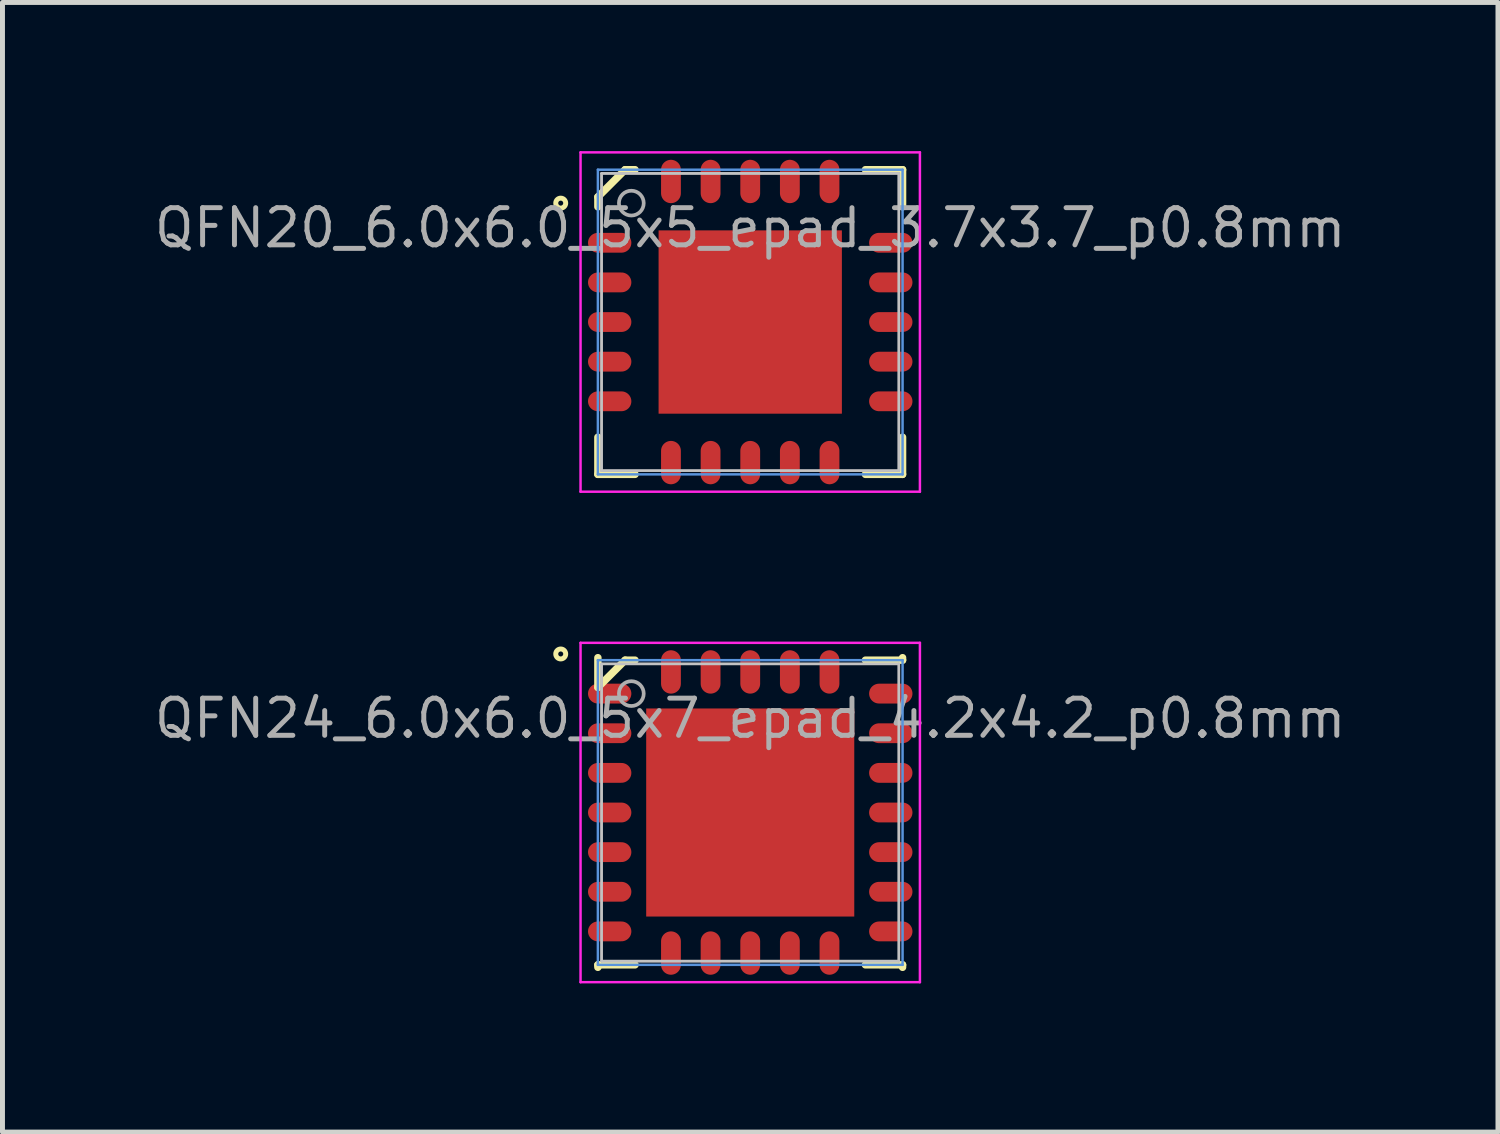
<source format=kicad_pcb>
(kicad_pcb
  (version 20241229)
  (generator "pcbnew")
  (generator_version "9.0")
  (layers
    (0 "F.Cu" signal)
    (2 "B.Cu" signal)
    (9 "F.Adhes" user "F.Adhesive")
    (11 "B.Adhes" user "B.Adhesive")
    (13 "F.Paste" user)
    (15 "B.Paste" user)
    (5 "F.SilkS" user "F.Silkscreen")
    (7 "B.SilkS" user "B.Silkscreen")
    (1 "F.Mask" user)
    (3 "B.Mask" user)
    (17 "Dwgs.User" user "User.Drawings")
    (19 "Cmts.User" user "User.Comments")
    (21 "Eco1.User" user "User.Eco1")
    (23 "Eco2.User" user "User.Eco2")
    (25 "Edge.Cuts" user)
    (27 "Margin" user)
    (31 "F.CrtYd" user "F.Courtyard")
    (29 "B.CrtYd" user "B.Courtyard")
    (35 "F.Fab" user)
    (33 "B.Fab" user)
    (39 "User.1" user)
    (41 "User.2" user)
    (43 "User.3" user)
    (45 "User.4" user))
  (footprint "QFN20_6.0x6.0_5x5_epad_3.7x3.7_p0.8mm"
    (layer "F.Cu")
    (at 12.093 3.45)
    (property "Reference" "QFN20_6.0x6.0_5x5_epad_3.7x3.7_p0.8mm" (at 0 -1.9 0) (layer "F.Fab") (effects (font (size 0.75 0.75) (thickness 0.1))))
    (attr through_hole)
    (fp_line (start -3.075 -2.525) (end -3.075 -2.325) (stroke (width 0.15) (type solid)) (layer "F.SilkS"))
    (fp_line (start -3.075 -2.525) (end -2.525 -3.075) (stroke (width 0.15) (type solid)) (layer "F.SilkS"))
    (fp_line (start -3.075 3.075) (end -3.075 2.325) (stroke (width 0.15) (type solid)) (layer "F.SilkS"))
    (fp_line (start -3.075 3.075) (end -2.325 3.075) (stroke (width 0.15) (type solid)) (layer "F.SilkS"))
    (fp_line (start -2.325 -3.075) (end -2.525 -3.075) (stroke (width 0.15) (type solid)) (layer "F.SilkS"))
    (fp_line (start 3.075 -3.075) (end 2.325 -3.075) (stroke (width 0.15) (type solid)) (layer "F.SilkS"))
    (fp_line (start 3.075 -3.075) (end 3.075 -2.325) (stroke (width 0.15) (type solid)) (layer "F.SilkS"))
    (fp_line (start 3.075 3.075) (end 2.325 3.075) (stroke (width 0.15) (type solid)) (layer "F.SilkS"))
    (fp_line (start 3.075 3.075) (end 3.075 2.325) (stroke (width 0.15) (type solid)) (layer "F.SilkS"))
    (fp_circle (center -3.825 -2.4) (end -3.754 -2.329) (stroke (width 0.1) (type solid)) (fill no) (layer "F.SilkS"))
    (fp_line (start -3 -3) (end -3 3) (stroke (width 0.05) (type solid)) (layer "Dwgs.User"))
    (fp_line (start -3 -3) (end 3 -3) (stroke (width 0.05) (type solid)) (layer "Dwgs.User"))
    (fp_line (start -3 3) (end 3 3) (stroke (width 0.05) (type solid)) (layer "Dwgs.User"))
    (fp_line (start 3 -3) (end 3 3) (stroke (width 0.05) (type solid)) (layer "Dwgs.User"))
    (fp_line (start -3.075 -3.075) (end -3.075 3.075) (stroke (width 0.05) (type solid)) (layer "Cmts.User"))
    (fp_line (start -3.075 -3.075) (end 3.075 -3.075) (stroke (width 0.05) (type solid)) (layer "Cmts.User"))
    (fp_line (start -3.075 3.075) (end 3.075 3.075) (stroke (width 0.05) (type solid)) (layer "Cmts.User"))
    (fp_line (start 3.075 -3.075) (end 3.075 3.075) (stroke (width 0.05) (type solid)) (layer "Cmts.User"))
    (fp_line (start -2.925 -2.925) (end -2.925 2.925) (stroke (width 0.05) (type solid)) (layer "Eco1.User"))
    (fp_line (start -2.925 -2.925) (end 2.925 -2.925) (stroke (width 0.05) (type solid)) (layer "Eco1.User"))
    (fp_line (start -2.925 2.925) (end 2.925 2.925) (stroke (width 0.05) (type solid)) (layer "Eco1.User"))
    (fp_line (start 2.925 -2.925) (end 2.925 2.925) (stroke (width 0.05) (type solid)) (layer "Eco1.User"))
    (fp_line (start -3.425 -3.425) (end -3.425 3.425) (stroke (width 0.05) (type solid)) (layer "F.CrtYd"))
    (fp_line (start -3.425 -3.425) (end 3.425 -3.425) (stroke (width 0.05) (type solid)) (layer "F.CrtYd"))
    (fp_line (start -3.425 3.425) (end 3.425 3.425) (stroke (width 0.05) (type solid)) (layer "F.CrtYd"))
    (fp_line (start 3.425 -3.425) (end 3.425 3.425) (stroke (width 0.05) (type solid)) (layer "F.CrtYd"))
    (fp_line (start -3 -3) (end -3 3) (stroke (width 0.05) (type solid)) (layer "F.Fab"))
    (fp_line (start -3 -3) (end 3 -3) (stroke (width 0.05) (type solid)) (layer "F.Fab"))
    (fp_line (start -3 3) (end 3 3) (stroke (width 0.05) (type solid)) (layer "F.Fab"))
    (fp_line (start 3 -3) (end 3 3) (stroke (width 0.05) (type solid)) (layer "F.Fab"))
    (fp_circle (center -2.4 -2.4) (end -2.223 -2.223) (stroke (width 0.075) (type solid)) (fill no) (layer "F.Fab"))
    (pad "1" smd oval (at -2.837 -1.6 180) (size 0.875 0.4) (layers "F.Cu" "F.Mask" "F.Paste"))
    (pad "2" smd oval (at -2.837 -0.8 180) (size 0.875 0.4) (layers "F.Cu" "F.Mask" "F.Paste"))
    (pad "3" smd oval (at -2.837 0 180) (size 0.875 0.4) (layers "F.Cu" "F.Mask" "F.Paste"))
    (pad "4" smd oval (at -2.837 0.8 180) (size 0.875 0.4) (layers "F.Cu" "F.Mask" "F.Paste"))
    (pad "5" smd oval (at -2.837 1.6 180) (size 0.875 0.4) (layers "F.Cu" "F.Mask" "F.Paste"))
    (pad "6" smd oval (at -1.6 2.837 270) (size 0.875 0.4) (layers "F.Cu" "F.Mask" "F.Paste"))
    (pad "7" smd oval (at -0.8 2.837 270) (size 0.875 0.4) (layers "F.Cu" "F.Mask" "F.Paste"))
    (pad "8" smd oval (at 0 2.837 270) (size 0.875 0.4) (layers "F.Cu" "F.Mask" "F.Paste"))
    (pad "9" smd oval (at 0.8 2.837 270) (size 0.875 0.4) (layers "F.Cu" "F.Mask" "F.Paste"))
    (pad "10" smd oval (at 1.6 2.837 270) (size 0.875 0.4) (layers "F.Cu" "F.Mask" "F.Paste"))
    (pad "11" smd oval (at 2.837 1.6) (size 0.875 0.4) (layers "F.Cu" "F.Mask" "F.Paste"))
    (pad "12" smd oval (at 2.837 0.8) (size 0.875 0.4) (layers "F.Cu" "F.Mask" "F.Paste"))
    (pad "13" smd oval (at 2.837 0) (size 0.875 0.4) (layers "F.Cu" "F.Mask" "F.Paste"))
    (pad "14" smd oval (at 2.837 -0.8) (size 0.875 0.4) (layers "F.Cu" "F.Mask" "F.Paste"))
    (pad "15" smd oval (at 2.837 -1.6) (size 0.875 0.4) (layers "F.Cu" "F.Mask" "F.Paste"))
    (pad "16" smd oval (at 1.6 -2.837 90) (size 0.875 0.4) (layers "F.Cu" "F.Mask" "F.Paste"))
    (pad "17" smd oval (at 0.8 -2.837 90) (size 0.875 0.4) (layers "F.Cu" "F.Mask" "F.Paste"))
    (pad "18" smd oval (at 0 -2.837 90) (size 0.875 0.4) (layers "F.Cu" "F.Mask" "F.Paste"))
    (pad "19" smd oval (at -0.8 -2.837 90) (size 0.875 0.4) (layers "F.Cu" "F.Mask" "F.Paste"))
    (pad "20" smd oval (at -1.6 -2.837 90) (size 0.875 0.4) (layers "F.Cu" "F.Mask" "F.Paste"))
    (pad "21" smd rect (at 0 0) (size 3.7 3.7) (layers "F.Cu" "F.Mask" "F.Paste")))
  (footprint "QFN24_6.0x6.0_5x7_epad_4.2x4.2_p0.8mm"
    (layer "F.Cu")
    (at 12.093 13.35)
    (property "Reference" "QFN24_6.0x6.0_5x7_epad_4.2x4.2_p0.8mm" (at 0 -1.9 0) (layer "F.Fab") (effects (font (size 0.75 0.75) (thickness 0.1))))
    (attr through_hole)
    (fp_line (start -3.075 -2.525) (end -3.075 -3.125) (stroke (width 0.15) (type solid)) (layer "F.SilkS"))
    (fp_line (start -3.075 -2.525) (end -2.525 -3.075) (stroke (width 0.15) (type solid)) (layer "F.SilkS"))
    (fp_line (start -3.075 3.075) (end -3.075 3.125) (stroke (width 0.15) (type solid)) (layer "F.SilkS"))
    (fp_line (start -3.075 3.075) (end -2.325 3.075) (stroke (width 0.15) (type solid)) (layer "F.SilkS"))
    (fp_line (start -2.325 -3.075) (end -2.525 -3.075) (stroke (width 0.15) (type solid)) (layer "F.SilkS"))
    (fp_line (start 3.075 -3.075) (end 2.325 -3.075) (stroke (width 0.15) (type solid)) (layer "F.SilkS"))
    (fp_line (start 3.075 -3.075) (end 3.075 -3.125) (stroke (width 0.15) (type solid)) (layer "F.SilkS"))
    (fp_line (start 3.075 3.075) (end 2.325 3.075) (stroke (width 0.15) (type solid)) (layer "F.SilkS"))
    (fp_line (start 3.075 3.075) (end 3.075 3.125) (stroke (width 0.15) (type solid)) (layer "F.SilkS"))
    (fp_circle (center -3.825 -3.2) (end -3.754 -3.129) (stroke (width 0.1) (type solid)) (fill no) (layer "F.SilkS"))
    (fp_line (start -3 -3) (end -3 3) (stroke (width 0.05) (type solid)) (layer "Dwgs.User"))
    (fp_line (start -3 -3) (end 3 -3) (stroke (width 0.05) (type solid)) (layer "Dwgs.User"))
    (fp_line (start -3 3) (end 3 3) (stroke (width 0.05) (type solid)) (layer "Dwgs.User"))
    (fp_line (start 3 -3) (end 3 3) (stroke (width 0.05) (type solid)) (layer "Dwgs.User"))
    (fp_line (start -3.075 -3.075) (end -3.075 3.075) (stroke (width 0.05) (type solid)) (layer "Cmts.User"))
    (fp_line (start -3.075 -3.075) (end 3.075 -3.075) (stroke (width 0.05) (type solid)) (layer "Cmts.User"))
    (fp_line (start -3.075 3.075) (end 3.075 3.075) (stroke (width 0.05) (type solid)) (layer "Cmts.User"))
    (fp_line (start 3.075 -3.075) (end 3.075 3.075) (stroke (width 0.05) (type solid)) (layer "Cmts.User"))
    (fp_line (start -2.925 -2.925) (end -2.925 2.925) (stroke (width 0.05) (type solid)) (layer "Eco1.User"))
    (fp_line (start -2.925 -2.925) (end 2.925 -2.925) (stroke (width 0.05) (type solid)) (layer "Eco1.User"))
    (fp_line (start -2.925 2.925) (end 2.925 2.925) (stroke (width 0.05) (type solid)) (layer "Eco1.User"))
    (fp_line (start 2.925 -2.925) (end 2.925 2.925) (stroke (width 0.05) (type solid)) (layer "Eco1.User"))
    (fp_line (start -3.425 -3.425) (end -3.425 3.425) (stroke (width 0.05) (type solid)) (layer "F.CrtYd"))
    (fp_line (start -3.425 -3.425) (end 3.425 -3.425) (stroke (width 0.05) (type solid)) (layer "F.CrtYd"))
    (fp_line (start -3.425 3.425) (end 3.425 3.425) (stroke (width 0.05) (type solid)) (layer "F.CrtYd"))
    (fp_line (start 3.425 -3.425) (end 3.425 3.425) (stroke (width 0.05) (type solid)) (layer "F.CrtYd"))
    (fp_line (start -3 -3) (end -3 3) (stroke (width 0.05) (type solid)) (layer "F.Fab"))
    (fp_line (start -3 -3) (end 3 -3) (stroke (width 0.05) (type solid)) (layer "F.Fab"))
    (fp_line (start -3 3) (end 3 3) (stroke (width 0.05) (type solid)) (layer "F.Fab"))
    (fp_line (start 3 -3) (end 3 3) (stroke (width 0.05) (type solid)) (layer "F.Fab"))
    (fp_circle (center -2.4 -2.4) (end -2.223 -2.223) (stroke (width 0.075) (type solid)) (fill no) (layer "F.Fab"))
    (pad "1" smd oval (at -2.837 -2.4 180) (size 0.875 0.4) (layers "F.Cu" "F.Mask" "F.Paste"))
    (pad "2" smd oval (at -2.837 -1.6 180) (size 0.875 0.4) (layers "F.Cu" "F.Mask" "F.Paste"))
    (pad "3" smd oval (at -2.837 -0.8 180) (size 0.875 0.4) (layers "F.Cu" "F.Mask" "F.Paste"))
    (pad "4" smd oval (at -2.837 0 180) (size 0.875 0.4) (layers "F.Cu" "F.Mask" "F.Paste"))
    (pad "5" smd oval (at -2.837 0.8 180) (size 0.875 0.4) (layers "F.Cu" "F.Mask" "F.Paste"))
    (pad "6" smd oval (at -2.837 1.6 180) (size 0.875 0.4) (layers "F.Cu" "F.Mask" "F.Paste"))
    (pad "7" smd oval (at -2.837 2.4 180) (size 0.875 0.4) (layers "F.Cu" "F.Mask" "F.Paste"))
    (pad "8" smd oval (at -1.6 2.837 270) (size 0.875 0.4) (layers "F.Cu" "F.Mask" "F.Paste"))
    (pad "9" smd oval (at -0.8 2.837 270) (size 0.875 0.4) (layers "F.Cu" "F.Mask" "F.Paste"))
    (pad "10" smd oval (at 0 2.837 270) (size 0.875 0.4) (layers "F.Cu" "F.Mask" "F.Paste"))
    (pad "11" smd oval (at 0.8 2.837 270) (size 0.875 0.4) (layers "F.Cu" "F.Mask" "F.Paste"))
    (pad "12" smd oval (at 1.6 2.837 270) (size 0.875 0.4) (layers "F.Cu" "F.Mask" "F.Paste"))
    (pad "13" smd oval (at 2.837 2.4) (size 0.875 0.4) (layers "F.Cu" "F.Mask" "F.Paste"))
    (pad "14" smd oval (at 2.837 1.6) (size 0.875 0.4) (layers "F.Cu" "F.Mask" "F.Paste"))
    (pad "15" smd oval (at 2.837 0.8) (size 0.875 0.4) (layers "F.Cu" "F.Mask" "F.Paste"))
    (pad "16" smd oval (at 2.837 0) (size 0.875 0.4) (layers "F.Cu" "F.Mask" "F.Paste"))
    (pad "17" smd oval (at 2.837 -0.8) (size 0.875 0.4) (layers "F.Cu" "F.Mask" "F.Paste"))
    (pad "18" smd oval (at 2.837 -1.6) (size 0.875 0.4) (layers "F.Cu" "F.Mask" "F.Paste"))
    (pad "19" smd oval (at 2.837 -2.4) (size 0.875 0.4) (layers "F.Cu" "F.Mask" "F.Paste"))
    (pad "20" smd oval (at 1.6 -2.837 90) (size 0.875 0.4) (layers "F.Cu" "F.Mask" "F.Paste"))
    (pad "21" smd oval (at 0.8 -2.837 90) (size 0.875 0.4) (layers "F.Cu" "F.Mask" "F.Paste"))
    (pad "22" smd oval (at 0 -2.837 90) (size 0.875 0.4) (layers "F.Cu" "F.Mask" "F.Paste"))
    (pad "23" smd oval (at -0.8 -2.837 90) (size 0.875 0.4) (layers "F.Cu" "F.Mask" "F.Paste"))
    (pad "24" smd oval (at -1.6 -2.837 90) (size 0.875 0.4) (layers "F.Cu" "F.Mask" "F.Paste"))
    (pad "25" smd rect (at 0 0) (size 4.2 4.2) (layers "F.Cu" "F.Mask" "F.Paste")))
  (gr_rect
    (start -3 -3)
    (end 27.186 19.8)
    (stroke (width 0.1) (type default))
    (fill no)
    (layer "Edge.Cuts")))
</source>
